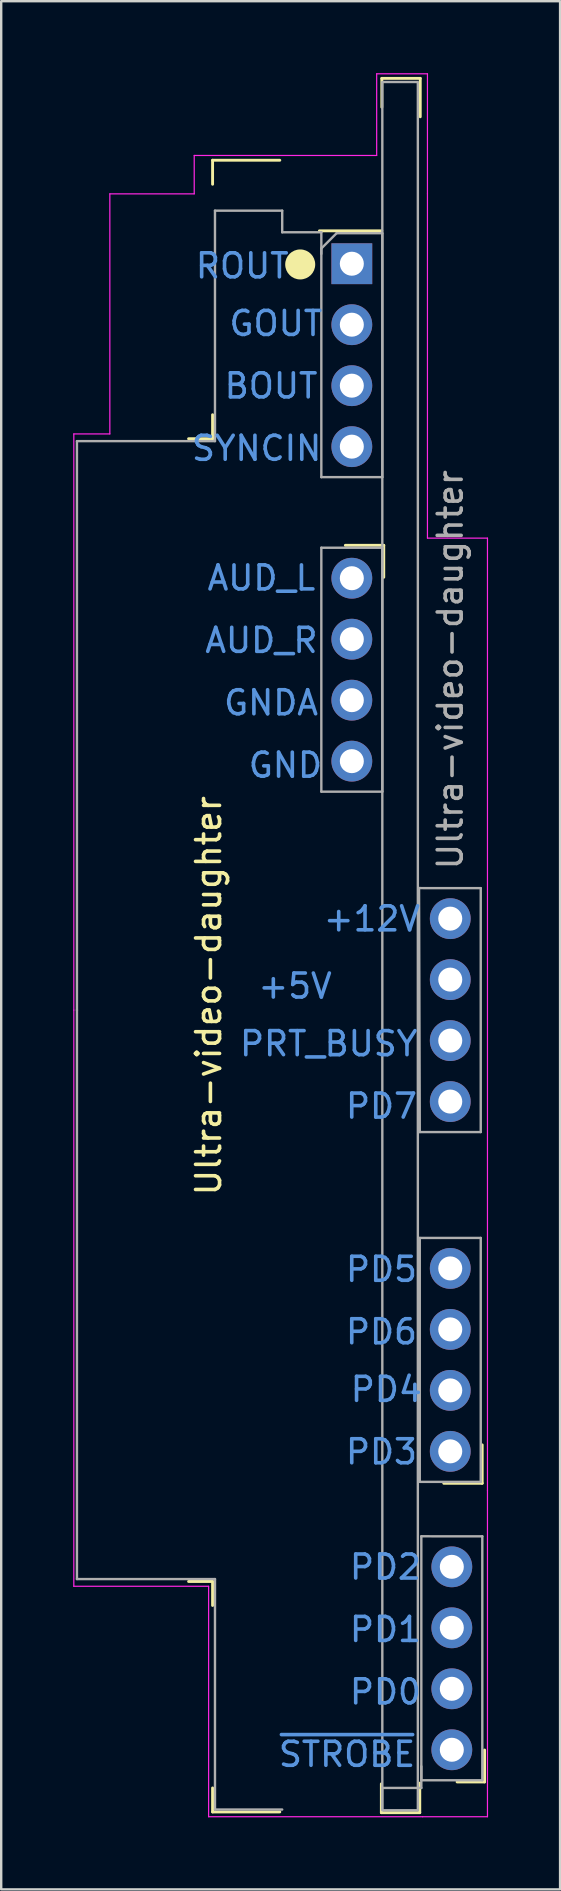
<source format=kicad_pcb>
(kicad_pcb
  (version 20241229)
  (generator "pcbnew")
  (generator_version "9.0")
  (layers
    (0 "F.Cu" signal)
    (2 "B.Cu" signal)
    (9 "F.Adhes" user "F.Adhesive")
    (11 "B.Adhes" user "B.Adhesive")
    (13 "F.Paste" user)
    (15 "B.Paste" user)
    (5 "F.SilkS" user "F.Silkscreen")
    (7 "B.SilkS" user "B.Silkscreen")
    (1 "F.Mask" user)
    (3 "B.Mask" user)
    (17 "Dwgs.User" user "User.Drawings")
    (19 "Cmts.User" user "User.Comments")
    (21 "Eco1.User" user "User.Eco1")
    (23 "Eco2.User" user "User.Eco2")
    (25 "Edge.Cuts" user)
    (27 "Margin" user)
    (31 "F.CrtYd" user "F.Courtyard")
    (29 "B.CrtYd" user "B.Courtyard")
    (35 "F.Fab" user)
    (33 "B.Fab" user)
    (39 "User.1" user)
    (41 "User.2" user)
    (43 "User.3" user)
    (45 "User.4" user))
  (footprint "Ultra-video-daughter"
    (layer "F.Cu")
    (at 8.64 39.025)
    (property "Reference" "Ultra-video-daughter" (at -3 -0.6 270) (layer "F.SilkS") (effects (font (size 1 1) (thickness 0.15))))
    (attr through_hole exclude_from_bom)
    (fp_line (start -3.835 -23.8) (end -2.835 -23.8) (stroke (width 0.12) (type solid)) (layer "F.SilkS"))
    (fp_line (start -3.835 23.8) (end -2.835 23.8) (stroke (width 0.12) (type solid)) (layer "F.SilkS"))
    (fp_line (start -2.835 -35.4) (end -2.835 -34.4) (stroke (width 0.12) (type solid)) (layer "F.SilkS"))
    (fp_line (start -2.835 -35.4) (end -0.035 -35.4) (stroke (width 0.12) (type solid)) (layer "F.SilkS"))
    (fp_line (start -2.835 -24.8) (end -2.835 -23.8) (stroke (width 0.12) (type solid)) (layer "F.SilkS"))
    (fp_line (start -2.835 24.8) (end -2.835 23.8) (stroke (width 0.12) (type solid)) (layer "F.SilkS"))
    (fp_line (start -2.835 33.4) (end -2.835 32.4) (stroke (width 0.12) (type solid)) (layer "F.SilkS"))
    (fp_line (start -2.835 33.4) (end -0.035 33.4) (stroke (width 0.12) (type solid)) (layer "F.SilkS"))
    (fp_line (start 2.695 -19.36) (end 4.295 -19.36) (stroke (width 0.12) (type solid)) (layer "F.SilkS"))
    (fp_line (start 4.195 32.23) (end 4.195 33.43) (stroke (width 0.12) (type solid)) (layer "F.SilkS"))
    (fp_line (start 4.195 33.43) (end 5.795 33.43) (stroke (width 0.12) (type solid)) (layer "F.SilkS"))
    (fp_line (start 4.215 -38.81) (end 5.815 -38.81) (stroke (width 0.12) (type solid)) (layer "F.SilkS"))
    (fp_line (start 4.215 -37.61) (end 4.215 -38.81) (stroke (width 0.12) (type solid)) (layer "F.SilkS"))
    (fp_line (start 4.215 -32.46) (end 1.615 -32.46) (stroke (width 0.12) (type solid)) (layer "F.SilkS"))
    (fp_line (start 4.295 -19.36) (end 4.295 -18.03) (stroke (width 0.12) (type solid)) (layer "F.SilkS"))
    (fp_line (start 5.795 32.2) (end 5.795 33.43) (stroke (width 0.12) (type solid)) (layer "F.SilkS"))
    (fp_line (start 5.815 -37.21) (end 5.815 -38.81) (stroke (width 0.12) (type solid)) (layer "F.SilkS"))
    (fp_line (start 6.795 19.71) (end 8.395 19.71) (stroke (width 0.12) (type solid)) (layer "F.SilkS"))
    (fp_line (start 7.35 32.15) (end 8.495 32.15) (stroke (width 0.12) (type solid)) (layer "F.SilkS"))
    (fp_line (start 8.395 18.11) (end 8.395 19.71) (stroke (width 0.12) (type solid)) (layer "F.SilkS"))
    (fp_line (start 8.495 32.15) (end 8.495 30.82) (stroke (width 0.12) (type solid)) (layer "F.SilkS"))
    (fp_circle (center 0.815 -31.06) (end 1.315 -31.06) (stroke (width 0.25) (type solid)) (fill yes) (layer "F.SilkS"))
    (fp_line (start -8.615 -24) (end -8.615 0) (stroke (width 0.05) (type solid)) (layer "F.CrtYd"))
    (fp_line (start -8.615 -24) (end -7.115 -24) (stroke (width 0.05) (type solid)) (layer "F.CrtYd"))
    (fp_line (start -8.615 24) (end -8.615 0) (stroke (width 0.05) (type solid)) (layer "F.CrtYd"))
    (fp_line (start -8.615 24) (end -3 24) (stroke (width 0.05) (type solid)) (layer "F.CrtYd"))
    (fp_line (start -7.115 -34) (end -7.115 -24) (stroke (width 0.05) (type solid)) (layer "F.CrtYd"))
    (fp_line (start -3.6 -35.6) (end -3.6 -34) (stroke (width 0.05) (type solid)) (layer "F.CrtYd"))
    (fp_line (start -3.6 -34) (end -7.115 -34) (stroke (width 0.05) (type solid)) (layer "F.CrtYd"))
    (fp_line (start -3 33.6) (end -3 24) (stroke (width 0.05) (type solid)) (layer "F.CrtYd"))
    (fp_line (start 4 -39) (end 4 -35.6) (stroke (width 0.05) (type solid)) (layer "F.CrtYd"))
    (fp_line (start 4 -35.6) (end -3.6 -35.6) (stroke (width 0.05) (type solid)) (layer "F.CrtYd"))
    (fp_line (start 5.915 33.6) (end -3 33.6) (stroke (width 0.05) (type solid)) (layer "F.CrtYd"))
    (fp_line (start 5.915 33.6) (end 8.615 33.6) (stroke (width 0.05) (type solid)) (layer "F.CrtYd"))
    (fp_line (start 6.115 -39) (end 4 -39) (stroke (width 0.05) (type solid)) (layer "F.CrtYd"))
    (fp_line (start 6.115 -39) (end 6.115 -34) (stroke (width 0.05) (type solid)) (layer "F.CrtYd"))
    (fp_line (start 6.115 -34) (end 6.115 -19.66) (stroke (width 0.05) (type solid)) (layer "F.CrtYd"))
    (fp_line (start 6.115 -19.66) (end 8.615 -19.66) (stroke (width 0.05) (type solid)) (layer "F.CrtYd"))
    (fp_line (start 8.615 20) (end 8.615 -19.66) (stroke (width 0.05) (type solid)) (layer "F.CrtYd"))
    (fp_line (start 8.615 33.6) (end 8.615 20) (stroke (width 0.05) (type solid)) (layer "F.CrtYd"))
    (fp_line (start -8.485 -23.7) (end -8.485 0) (stroke (width 0.1) (type solid)) (layer "F.Fab"))
    (fp_line (start -8.485 -23.7) (end -2.735 -23.7) (stroke (width 0.1) (type solid)) (layer "F.Fab"))
    (fp_line (start -8.485 23.7) (end -8.485 0) (stroke (width 0.1) (type solid)) (layer "F.Fab"))
    (fp_line (start -8.485 23.7) (end -2.735 23.7) (stroke (width 0.1) (type solid)) (layer "F.Fab"))
    (fp_line (start -2.735 -33.3) (end -2.735 -23.7) (stroke (width 0.1) (type solid)) (layer "F.Fab"))
    (fp_line (start -2.735 -33.3) (end 0.065 -33.3) (stroke (width 0.1) (type solid)) (layer "F.Fab"))
    (fp_line (start -2.735 33.3) (end -2.735 23.7) (stroke (width 0.1) (type solid)) (layer "F.Fab"))
    (fp_line (start -2.735 33.3) (end 0.065 33.3) (stroke (width 0.1) (type solid)) (layer "F.Fab"))
    (fp_line (start 0.065 -33.3) (end 0.065 -32.4) (stroke (width 0.1) (type solid)) (layer "F.Fab"))
    (fp_line (start 1.695 -32.4) (end 0.065 -32.4) (stroke (width 0.1) (type solid)) (layer "F.Fab"))
    (fp_line (start 1.695 -31.725) (end 2.33 -32.36) (stroke (width 0.1) (type solid)) (layer "F.Fab"))
    (fp_line (start 1.695 -31.5) (end 1.695 -32.4) (stroke (width 0.1) (type solid)) (layer "F.Fab"))
    (fp_line (start 1.695 -22.2) (end 1.695 -31.725) (stroke (width 0.1) (type solid)) (layer "F.Fab"))
    (fp_line (start 1.695 -19.26) (end 4.235 -19.26) (stroke (width 0.1) (type solid)) (layer "F.Fab"))
    (fp_line (start 1.695 -9.1) (end 1.695 -19.26) (stroke (width 0.1) (type solid)) (layer "F.Fab"))
    (fp_line (start 2.33 -32.36) (end 4.235 -32.36) (stroke (width 0.1) (type solid)) (layer "F.Fab"))
    (fp_line (start 4.23 33.3) (end 4.23 32.4) (stroke (width 0.1) (type solid)) (layer "F.Fab"))
    (fp_line (start 4.235 -32.36) (end 4.235 -22.2) (stroke (width 0.1) (type solid)) (layer "F.Fab"))
    (fp_line (start 4.235 -22.2) (end 1.695 -22.2) (stroke (width 0.1) (type solid)) (layer "F.Fab"))
    (fp_line (start 4.235 -19.26) (end 4.235 -9.1) (stroke (width 0.1) (type solid)) (layer "F.Fab"))
    (fp_line (start 4.235 -9.1) (end 1.695 -9.1) (stroke (width 0.1) (type solid)) (layer "F.Fab"))
    (fp_line (start 5.765 -5.082) (end 8.335 -5.08) (stroke (width 0.1) (type solid)) (layer "F.Fab"))
    (fp_line (start 5.795 5.08) (end 5.765 -5.082) (stroke (width 0.1) (type solid)) (layer "F.Fab"))
    (fp_line (start 5.795 9.49) (end 8.335 9.49) (stroke (width 0.1) (type solid)) (layer "F.Fab"))
    (fp_line (start 5.795 19.65) (end 5.795 9.49) (stroke (width 0.1) (type solid)) (layer "F.Fab"))
    (fp_line (start 5.86 21.918) (end 8.4 21.92) (stroke (width 0.1) (type solid)) (layer "F.Fab"))
    (fp_line (start 5.86 31.5) (end 5.86 32.4) (stroke (width 0.1) (type solid)) (layer "F.Fab"))
    (fp_line (start 5.86 32.08) (end 5.86 21.918) (stroke (width 0.1) (type solid)) (layer "F.Fab"))
    (fp_line (start 5.86 32.4) (end 4.23 32.4) (stroke (width 0.1) (type solid)) (layer "F.Fab"))
    (fp_line (start 8.335 -5.08) (end 8.335 5.08) (stroke (width 0.1) (type solid)) (layer "F.Fab"))
    (fp_line (start 8.335 5.08) (end 5.795 5.08) (stroke (width 0.1) (type solid)) (layer "F.Fab"))
    (fp_line (start 8.335 9.49) (end 8.335 19.65) (stroke (width 0.1) (type solid)) (layer "F.Fab"))
    (fp_line (start 8.335 19.65) (end 5.795 19.65) (stroke (width 0.1) (type solid)) (layer "F.Fab"))
    (fp_line (start 8.4 21.92) (end 8.4 32.08) (stroke (width 0.1) (type solid)) (layer "F.Fab"))
    (fp_line (start 8.4 32.08) (end 5.86 32.08) (stroke (width 0.1) (type solid)) (layer "F.Fab"))
    (fp_rect (start 4.235 -38.66) (end 5.715 33.33) (stroke (width 0.1) (type solid)) (fill no) (layer "F.Fab"))
    (fp_text user "+12V" (at 3.8 -3.8 0) (unlocked yes) (layer "Cmts.User") (effects (font (size 1 1) (thickness 0.15))))
    (fp_text user "GNDA" (at -0.4 -12.8 0) (unlocked yes) (layer "Cmts.User") (effects (font (size 1 1) (thickness 0.15))))
    (fp_text user "GND" (at 0.2 -10.2 0) (unlocked yes) (layer "Cmts.User") (effects (font (size 1 1) (thickness 0.15))))
    (fp_text user "PD7" (at 4.2 4 0) (unlocked yes) (layer "Cmts.User") (effects (font (size 1 1) (thickness 0.15))))
    (fp_text user "BOUT" (at -0.4 -26 0) (unlocked yes) (layer "Cmts.User") (effects (font (size 1 1) (thickness 0.15))))
    (fp_text user "PD1" (at 4.365 25.8 0) (unlocked yes) (layer "Cmts.User") (effects (font (size 1 1) (thickness 0.15))))
    (fp_text user "PD5" (at 4.2 10.8 0) (unlocked yes) (layer "Cmts.User") (effects (font (size 1 1) (thickness 0.15))))
    (fp_text user "PD0" (at 4.365 28.4 0) (unlocked yes) (layer "Cmts.User") (effects (font (size 1 1) (thickness 0.15))))
    (fp_text user "PD3" (at 4.2 18.4 0) (unlocked yes) (layer "Cmts.User") (effects (font (size 1 1) (thickness 0.15))))
    (fp_text user "+5V" (at 0.6 -1 0) (unlocked yes) (layer "Cmts.User") (effects (font (size 1 1) (thickness 0.15))))
    (fp_text user "AUD_L" (at -0.8 -18 0) (unlocked yes) (layer "Cmts.User") (effects (font (size 1 1) (thickness 0.15))))
    (fp_text user "AUD_R" (at -0.8 -15.4 0) (unlocked yes) (layer "Cmts.User") (effects (font (size 1 1) (thickness 0.15))))
    (fp_text user "PD2" (at 4.365 23.2 0) (unlocked yes) (layer "Cmts.User") (effects (font (size 1 1) (thickness 0.15))))
    (fp_text user "SYNCIN" (at -1 -23.4 0) (unlocked yes) (layer "Cmts.User") (effects (font (size 1 1) (thickness 0.15))))
    (fp_text user "PD6" (at 4.2 13.4 0) (unlocked yes) (layer "Cmts.User") (effects (font (size 1 1) (thickness 0.15))))
    (fp_text user "ROUT" (at -1.6 -31 0) (unlocked yes) (layer "Cmts.User") (effects (font (size 1 1) (thickness 0.15))))
    (fp_text user "PD4" (at 4.4 15.8 0) (unlocked yes) (layer "Cmts.User") (effects (font (size 1 1) (thickness 0.15))))
    (fp_text user "~{STROBE}" (at 2.765 31 0) (unlocked yes) (layer "Cmts.User") (effects (font (size 1 1) (thickness 0.15))))
    (fp_text user "GOUT" (at -0.2 -28.6 0) (unlocked yes) (layer "Cmts.User") (effects (font (size 1 1) (thickness 0.15))))
    (fp_text user "PRT_BUSY" (at 2 1.4 0) (unlocked yes) (layer "Cmts.User") (effects (font (size 1 1) (thickness 0.15))))
    (fp_text user "${REFERENCE}" (at 7.065 -14.18 90) (layer "F.Fab") (effects (font (size 1 1) (thickness 0.15))))
    (pad "1" thru_hole rect (at 2.965 -31.09) (size 1.7 1.7) (drill 1) (layers "*.Cu" "*.Mask"))
    (pad "2" thru_hole oval (at 2.965 -28.55) (size 1.7 1.7) (drill 1) (layers "*.Cu" "*.Mask"))
    (pad "3" thru_hole oval (at 2.965 -26.01) (size 1.7 1.7) (drill 1) (layers "*.Cu" "*.Mask"))
    (pad "4" thru_hole oval (at 2.965 -23.47) (size 1.7 1.7) (drill 1) (layers "*.Cu" "*.Mask"))
    (pad "5" thru_hole circle (at 2.965 -17.99) (size 1.7 1.7) (drill 1) (layers "*.Cu" "*.Mask"))
    (pad "6" thru_hole oval (at 2.965 -15.45) (size 1.7 1.7) (drill 1) (layers "*.Cu" "*.Mask"))
    (pad "7" thru_hole oval (at 2.965 -12.91) (size 1.7 1.7) (drill 1) (layers "*.Cu" "*.Mask"))
    (pad "8" thru_hole oval (at 2.965 -10.37) (size 1.7 1.7) (drill 1) (layers "*.Cu" "*.Mask"))
    (pad "9" thru_hole circle (at 7.065 -3.81) (size 1.7 1.7) (drill 1) (layers "*.Cu" "*.Mask"))
    (pad "10" thru_hole oval (at 7.065 -1.27) (size 1.7 1.7) (drill 1) (layers "*.Cu" "*.Mask"))
    (pad "11" thru_hole oval (at 7.065 1.27) (size 1.7 1.7) (drill 1) (layers "*.Cu" "*.Mask"))
    (pad "12" thru_hole oval (at 7.065 3.81) (size 1.7 1.7) (drill 1) (layers "*.Cu" "*.Mask"))
    (pad "13" thru_hole circle (at 7.065 10.76) (size 1.7 1.7) (drill 1) (layers "*.Cu" "*.Mask"))
    (pad "14" thru_hole oval (at 7.065 13.3) (size 1.7 1.7) (drill 1) (layers "*.Cu" "*.Mask"))
    (pad "15" thru_hole oval (at 7.065 15.84) (size 1.7 1.7) (drill 1) (layers "*.Cu" "*.Mask"))
    (pad "16" thru_hole oval (at 7.065 18.38) (size 1.7 1.7) (drill 1) (layers "*.Cu" "*.Mask"))
    (pad "17" thru_hole circle (at 7.13 23.19) (size 1.7 1.7) (drill 1) (layers "*.Cu" "*.Mask"))
    (pad "18" thru_hole oval (at 7.13 25.73) (size 1.7 1.7) (drill 1) (layers "*.Cu" "*.Mask"))
    (pad "19" thru_hole oval (at 7.13 28.27) (size 1.7 1.7) (drill 1) (layers "*.Cu" "*.Mask"))
    (pad "20" thru_hole oval (at 7.13 30.81) (size 1.7 1.7) (drill 1) (layers "*.Cu" "*.Mask")))
  (gr_rect
    (start -3 -3)
    (end 20.28 75.65)
    (stroke (width 0.1) (type default))
    (fill no)
    (layer "Edge.Cuts")))
</source>
